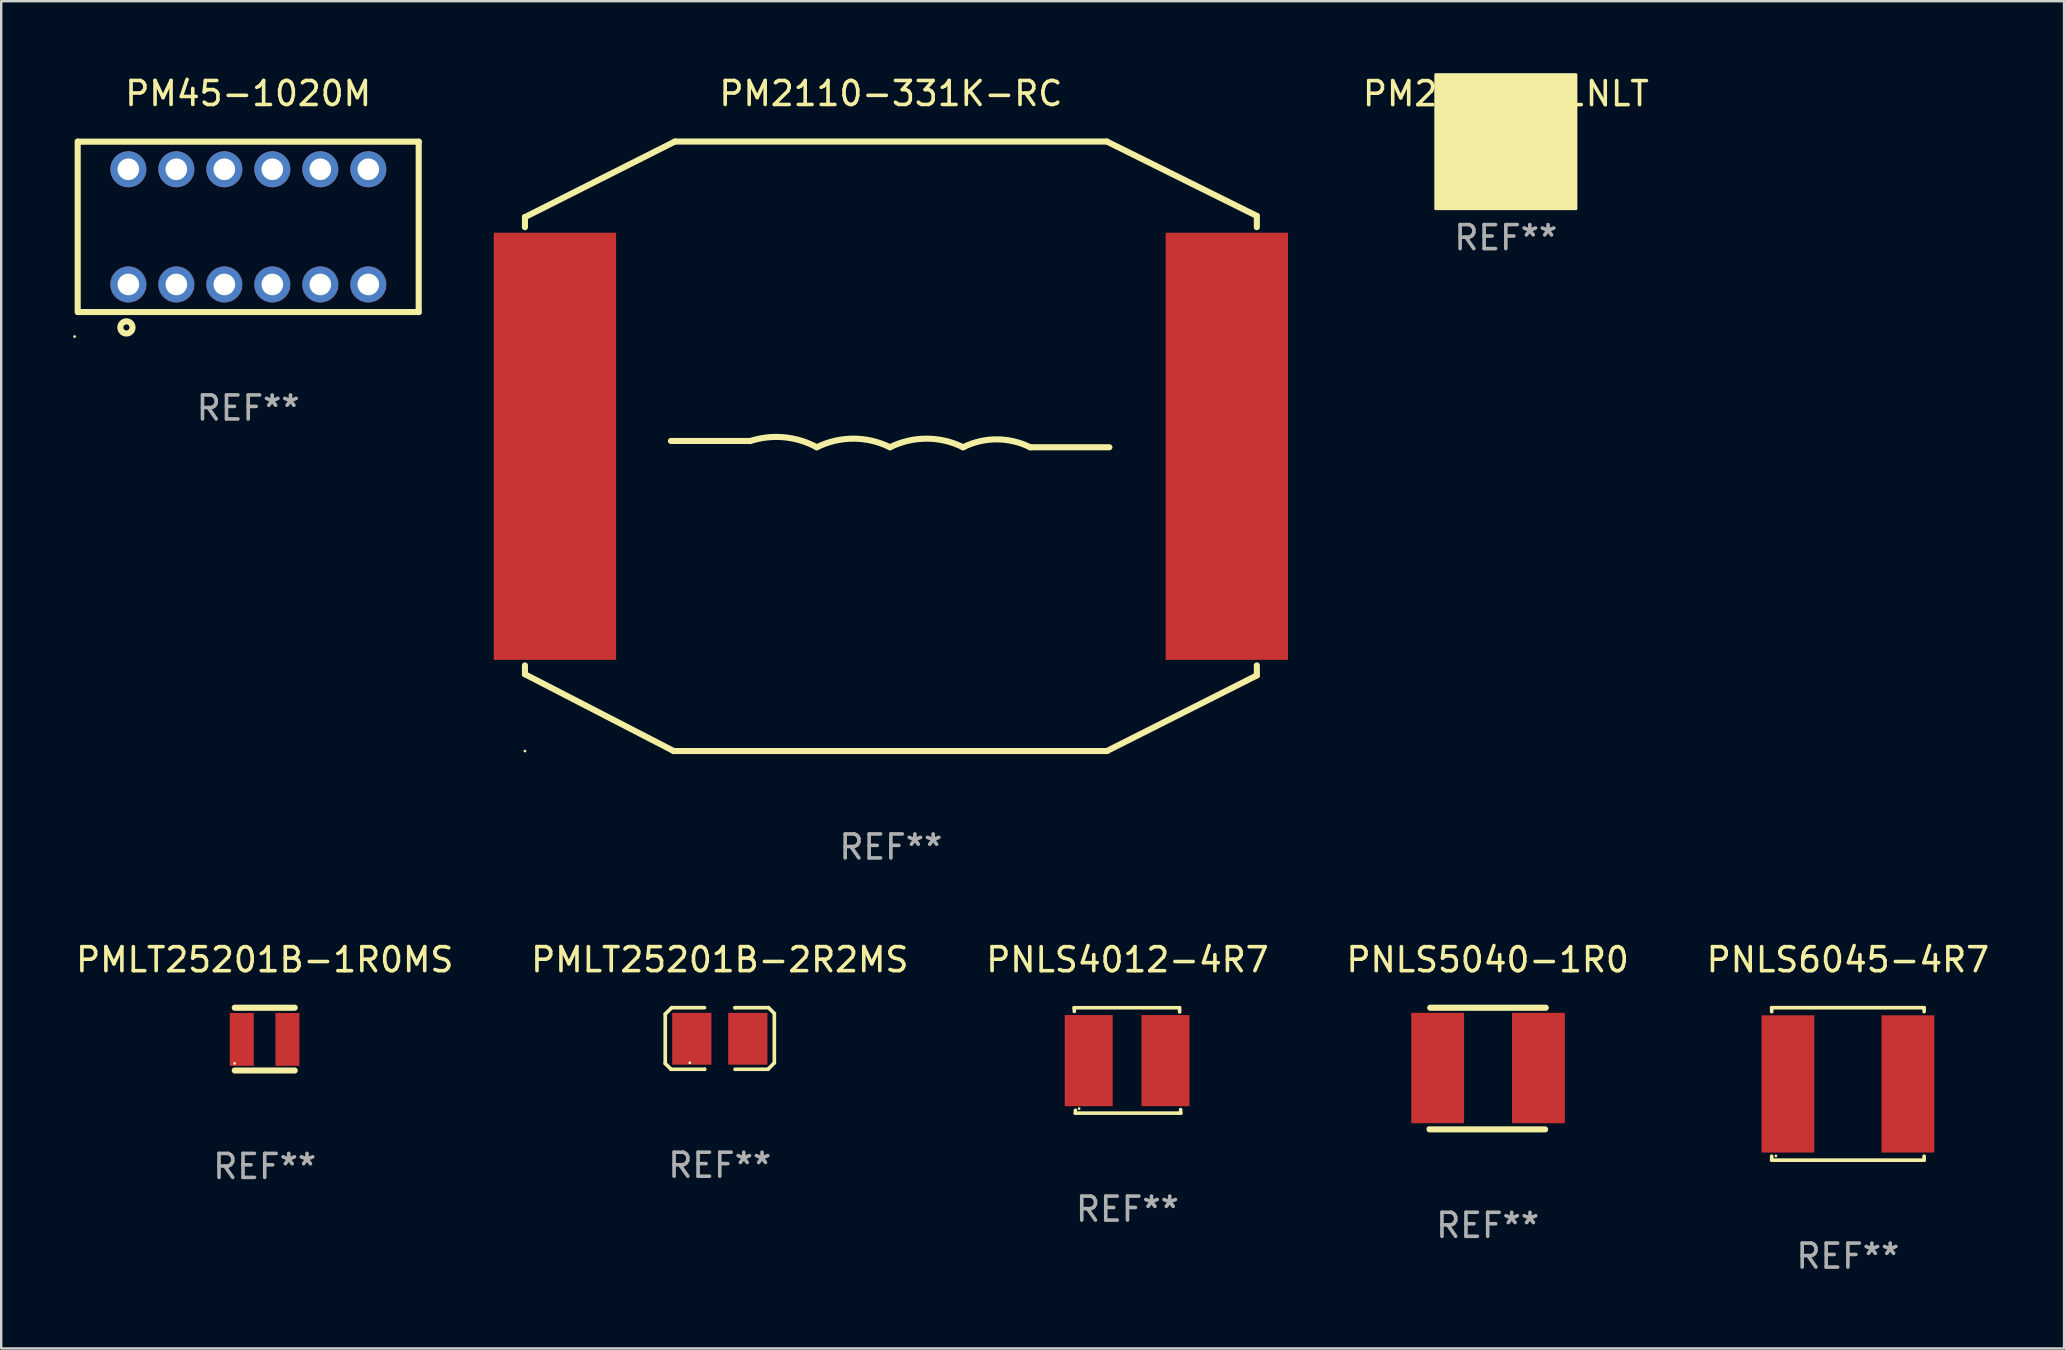
<source format=kicad_pcb>
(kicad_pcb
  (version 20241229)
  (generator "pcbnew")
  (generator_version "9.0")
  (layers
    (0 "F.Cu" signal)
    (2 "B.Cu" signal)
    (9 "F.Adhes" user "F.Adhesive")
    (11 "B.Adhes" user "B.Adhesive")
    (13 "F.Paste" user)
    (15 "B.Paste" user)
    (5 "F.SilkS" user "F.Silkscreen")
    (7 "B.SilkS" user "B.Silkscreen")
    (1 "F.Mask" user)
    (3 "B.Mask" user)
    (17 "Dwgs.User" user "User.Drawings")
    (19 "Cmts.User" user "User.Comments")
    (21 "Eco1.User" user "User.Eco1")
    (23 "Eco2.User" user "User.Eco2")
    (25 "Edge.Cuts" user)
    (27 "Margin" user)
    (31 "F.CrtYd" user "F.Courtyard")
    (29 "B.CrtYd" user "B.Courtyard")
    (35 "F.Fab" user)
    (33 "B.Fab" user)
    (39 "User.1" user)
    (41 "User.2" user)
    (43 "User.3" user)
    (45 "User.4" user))
  (footprint "PMLT25201B-2R2MS"
    (layer "F.Cu")
    (at 26.946 40.227)
    (property "Reference" "PMLT25201B-2R2MS" (at 0 -3.283 0) (layer "F.SilkS") (effects (font (size 1 1) (thickness 0.15))))
    (attr through_hole)
    (fp_line (start -2.273 -1.016) (end -2.007 -1.283) (stroke (width 0.152) (type solid)) (layer "F.SilkS"))
    (fp_line (start -2.273 1.041) (end -2.273 -1.016) (stroke (width 0.152) (type solid)) (layer "F.SilkS"))
    (fp_line (start -2.032 1.283) (end -2.273 1.041) (stroke (width 0.152) (type solid)) (layer "F.SilkS"))
    (fp_line (start -2.007 -1.283) (end -0.635 -1.283) (stroke (width 0.152) (type solid)) (layer "F.SilkS"))
    (fp_line (start -0.635 1.283) (end -2.032 1.283) (stroke (width 0.152) (type solid)) (layer "F.SilkS"))
    (fp_line (start -0.635 1.283) (end -0.635 1.283) (stroke (width 0.152) (type solid)) (layer "F.SilkS"))
    (fp_line (start 0.635 -1.283) (end 0.635 -1.283) (stroke (width 0.152) (type solid)) (layer "F.SilkS"))
    (fp_line (start 0.635 -1.283) (end 2.032 -1.283) (stroke (width 0.152) (type solid)) (layer "F.SilkS"))
    (fp_line (start 2.007 1.283) (end 0.635 1.283) (stroke (width 0.152) (type solid)) (layer "F.SilkS"))
    (fp_line (start 2.032 -1.283) (end 2.273 -1.041) (stroke (width 0.152) (type solid)) (layer "F.SilkS"))
    (fp_line (start 2.273 -1.041) (end 2.273 1.016) (stroke (width 0.152) (type solid)) (layer "F.SilkS"))
    (fp_line (start 2.273 1.016) (end 2.007 1.283) (stroke (width 0.152) (type solid)) (layer "F.SilkS"))
    (fp_circle (center -1.25 1.013) (end -1.22 1.013) (stroke (width 0.06) (type solid)) (fill no) (layer "F.SilkS"))
    (fp_text user "REF**" (at 0 5.283 0) (layer "F.Fab") (effects (font (size 1 1) (thickness 0.15))))
    (pad "1" smd rect (at -1.167 0.013) (size 1.635 2.16) (layers "F.Cu" "F.Mask" "F.Paste"))
    (pad "2" smd rect (at 1.168 0.013) (size 1.635 2.16) (layers "F.Cu" "F.Mask" "F.Paste")))
  (footprint "PNLS6045-4R7"
    (layer "F.Cu")
    (at 73.958 42.121)
    (property "Reference" "PNLS6045-4R7" (at 0 -5.176 0) (layer "F.SilkS") (effects (font (size 1 1) (thickness 0.15))))
    (attr through_hole)
    (fp_line (start -3.176 -3.176) (end 3.176 -3.176) (stroke (width 0.152) (type solid)) (layer "F.SilkS"))
    (fp_line (start -3.176 -3.012) (end -3.176 -3.176) (stroke (width 0.152) (type solid)) (layer "F.SilkS"))
    (fp_line (start -3.176 3.012) (end -3.176 3.176) (stroke (width 0.152) (type solid)) (layer "F.SilkS"))
    (fp_line (start -3.176 3.176) (end 3.176 3.176) (stroke (width 0.152) (type solid)) (layer "F.SilkS"))
    (fp_line (start 3.176 -3.176) (end 3.176 -3.012) (stroke (width 0.152) (type solid)) (layer "F.SilkS"))
    (fp_line (start 3.176 3.176) (end 3.176 3.012) (stroke (width 0.152) (type solid)) (layer "F.SilkS"))
    (fp_circle (center -3 3) (end -2.97 3) (stroke (width 0.06) (type solid)) (fill no) (layer "F.SilkS"))
    (fp_text user "REF**" (at 0 7.176 0) (layer "F.Fab") (effects (font (size 1 1) (thickness 0.15))))
    (pad "1" smd rect (at -2.5 0) (size 2.2 5.72) (layers "F.Cu" "F.Mask" "F.Paste"))
    (pad "2" smd rect (at 2.5 0) (size 2.2 5.72) (layers "F.Cu" "F.Mask" "F.Paste")))
  (footprint "PNLS4012-4R7"
    (layer "F.Cu")
    (at 43.935 41.142)
    (property "Reference" "PNLS4012-4R7" (at 0 -4.197 0) (layer "F.SilkS") (effects (font (size 1 1) (thickness 0.15))))
    (attr through_hole)
    (fp_line (start -2.22 -2.197) (end -2.215 -2.042) (stroke (width 0.15) (type solid)) (layer "F.SilkS"))
    (fp_line (start -2.2 -2.197) (end -2.22 -2.197) (stroke (width 0.15) (type solid)) (layer "F.SilkS"))
    (fp_line (start -2.2 -2.197) (end 2.17 -2.197) (stroke (width 0.15) (type solid)) (layer "F.SilkS"))
    (fp_line (start -2.17 2.197) (end -2.17 2.077) (stroke (width 0.15) (type solid)) (layer "F.SilkS"))
    (fp_line (start 2.17 -2.197) (end 2.175 -2.022) (stroke (width 0.15) (type solid)) (layer "F.SilkS"))
    (fp_line (start 2.2 2.197) (end -2.17 2.197) (stroke (width 0.15) (type solid)) (layer "F.SilkS"))
    (fp_line (start 2.2 2.197) (end 2.22 2.197) (stroke (width 0.15) (type solid)) (layer "F.SilkS"))
    (fp_line (start 2.22 2.197) (end 2.215 2.048) (stroke (width 0.15) (type solid)) (layer "F.SilkS"))
    (fp_circle (center -2.015 2.008) (end -1.985 2.008) (stroke (width 0.06) (type solid)) (fill no) (layer "F.SilkS"))
    (fp_text user "REF**" (at 0 6.197 0) (layer "F.Fab") (effects (font (size 1 1) (thickness 0.15))))
    (pad "1" smd rect (at -1.615 0.008) (size 2 3.8) (layers "F.Cu" "F.Mask" "F.Paste"))
    (pad "2" smd rect (at 1.585 0.008) (size 2 3.8) (layers "F.Cu" "F.Mask" "F.Paste")))
  (footprint "PM2110-331K-RC"
    (layer "F.Cu")
    (at 34.076 15.548)
    (property "Reference" "PM2110-331K-RC" (at 0 -14.7 0) (layer "F.SilkS") (effects (font (size 1 1) (thickness 0.15))))
    (attr through_hole)
    (fp_line (start -15.25 -9.55) (end -9 -12.7) (stroke (width 0.254) (type solid)) (layer "F.SilkS"))
    (fp_line (start -15.25 -9.131) (end -15.25 -9.55) (stroke (width 0.254) (type solid)) (layer "F.SilkS"))
    (fp_line (start -15.25 9.5) (end -15.25 9.131) (stroke (width 0.254) (type solid)) (layer "F.SilkS"))
    (fp_line (start -9.166 -0.221) (end -5.864 -0.221) (stroke (width 0.254) (type solid)) (layer "F.SilkS"))
    (fp_line (start -9.05 12.7) (end -15.25 9.5) (stroke (width 0.254) (type solid)) (layer "F.SilkS"))
    (fp_line (start -9 -12.7) (end 9 -12.7) (stroke (width 0.254) (type solid)) (layer "F.SilkS"))
    (fp_line (start 5.804 0.041) (end 9.106 0.041) (stroke (width 0.254) (type solid)) (layer "F.SilkS"))
    (fp_line (start 9 -12.7) (end 15.25 -9.6) (stroke (width 0.254) (type solid)) (layer "F.SilkS"))
    (fp_line (start 9 12.7) (end -9.05 12.7) (stroke (width 0.254) (type solid)) (layer "F.SilkS"))
    (fp_line (start 15.25 -9.6) (end 15.25 -9.131) (stroke (width 0.254) (type solid)) (layer "F.SilkS"))
    (fp_line (start 15.25 9.131) (end 15.25 9.55) (stroke (width 0.254) (type solid)) (layer "F.SilkS"))
    (fp_line (start 15.25 9.55) (end 9 12.7) (stroke (width 0.254) (type solid)) (layer "F.SilkS"))
    (fp_arc (start -5.880251 -0.212852) (mid -4.456939 -0.375256) (end -3.086246 0.041148) (stroke (width 0.254001) (type solid)) (layer "F.SilkS"))
    (fp_arc (start -3.086246 0.041148) (mid -1.562243 -0.318058) (end -0.03824 0.041148) (stroke (width 0.254001) (type solid)) (layer "F.SilkS"))
    (fp_arc (start -0.03824 0.041148) (mid 1.485763 -0.318005) (end 3.009766 0.041148) (stroke (width 0.254001) (type solid)) (layer "F.SilkS"))
    (fp_arc (start 3.009766 0.041148) (mid 4.406769 -0.28864) (end 5.803772 0.041148) (stroke (width 0.254001) (type solid)) (layer "F.SilkS"))
    (fp_circle (center -15.25 12.7) (end -15.22 12.7) (stroke (width 0.06) (type solid)) (fill no) (layer "F.SilkS"))
    (fp_text user "REF**" (at 0 16.7 0) (layer "F.Fab") (effects (font (size 1 1) (thickness 0.15))))
    (pad "1" smd rect (at -14 0) (size 5.1 17.8) (layers "F.Cu" "F.Mask" "F.Paste"))
    (pad "2" smd rect (at 14 0) (size 5.1 17.8) (layers "F.Cu" "F.Mask" "F.Paste")))
  (footprint "PNLS5040-1R0"
    (layer "F.Cu")
    (at 58.946 41.48)
    (property "Reference" "PNLS5040-1R0" (at 0 -4.535 0) (layer "F.SilkS") (effects (font (size 1 1) (thickness 0.15))))
    (attr through_hole)
    (fp_line (start -2.422 2.535) (end 2.395 2.535) (stroke (width 0.254) (type solid)) (layer "F.SilkS"))
    (fp_line (start -2.395 -2.535) (end 2.422 -2.535) (stroke (width 0.254) (type solid)) (layer "F.SilkS"))
    (fp_circle (center -2.484 2.477) (end -2.454 2.477) (stroke (width 0.06) (type solid)) (fill no) (layer "F.SilkS"))
    (fp_text user "REF**" (at 0 6.535 0) (layer "F.Fab") (effects (font (size 1 1) (thickness 0.15))))
    (pad "1" smd rect (at -2.084 -0.022) (size 2.2 4.6) (layers "F.Cu" "F.Mask" "F.Paste"))
    (pad "2" smd rect (at 2.116 -0.022) (size 2.2 4.6) (layers "F.Cu" "F.Mask" "F.Paste")))
  (footprint "PM2203.161NLT"
    (layer "F.Cu")
    (at 59.703 2.854)
    (property "Reference" "PM2203.161NLT" (at 0 -2 0) (layer "F.SilkS") (effects (font (size 1 1) (thickness 0.15))))
    (attr through_hole)
    (fp_circle (center -2.85 2.75) (end -2.82 2.75) (stroke (width 0.06) (type solid)) (fill no) (layer "F.SilkS"))
    (fp_poly (pts (xy -2.921 -2.794) (xy 2.921 -2.794) (xy 2.921 2.794) (xy -2.921 2.794)) (stroke (width 0.12) (type solid)) (fill yes) (layer "F.SilkS"))
    (fp_text user "REF**" (at 0 4 0) (layer "F.Fab") (effects (font (size 1 1) (thickness 0.15))))
    (pad "1" smd rect (at -1.625 0) (size 1.5 4.7) (layers "F.Cu" "F.Mask" "F.Paste"))
    (pad "2" smd rect (at 1.625 0) (size 1.5 4.7) (layers "F.Cu" "F.Mask" "F.Paste")))
  (footprint "PMLT25201B-1R0MS"
    (layer "F.Cu")
    (at 7.982 40.253)
    (property "Reference" "PMLT25201B-1R0MS" (at 0 -3.308 0) (layer "F.SilkS") (effects (font (size 1 1) (thickness 0.15))))
    (attr through_hole)
    (fp_line (start -1.25 -1.308) (end 1.25 -1.308) (stroke (width 0.254) (type solid)) (layer "F.SilkS"))
    (fp_line (start -1.25 1.308) (end 1.25 1.308) (stroke (width 0.254) (type solid)) (layer "F.SilkS"))
    (fp_circle (center -1.255 1.013) (end -1.225 1.013) (stroke (width 0.06) (type solid)) (fill no) (layer "F.SilkS"))
    (fp_text user "REF**" (at 0 5.308 0) (layer "F.Fab") (effects (font (size 1 1) (thickness 0.15))))
    (pad "1" smd rect (at -0.956 0.013) (size 1 2.2) (layers "F.Cu" "F.Mask" "F.Paste"))
    (pad "2" smd rect (at 0.945 0.013) (size 1 2.2) (layers "F.Cu" "F.Mask" "F.Paste")))
  (footprint "PM45-1020M"
    (layer "F.Cu")
    (at 7.293 6.401)
    (property "Reference" "PM45-1020M" (at 0 -5.553 0) (layer "F.SilkS") (effects (font (size 1 1) (thickness 0.15))))
    (attr through_hole)
    (fp_line (start -7.106 -3.553) (end -7.106 3.553) (stroke (width 0.254) (type solid)) (layer "F.SilkS"))
    (fp_line (start -7.094 -3.547) (end 7.106 -3.547) (stroke (width 0.254) (type solid)) (layer "F.SilkS"))
    (fp_line (start -7.094 3.553) (end 7.106 3.553) (stroke (width 0.254) (type solid)) (layer "F.SilkS"))
    (fp_line (start 7.106 -3.547) (end 7.106 3.553) (stroke (width 0.254) (type solid)) (layer "F.SilkS"))
    (fp_circle (center -7.233 4.575) (end -7.203 4.575) (stroke (width 0.06) (type solid)) (fill no) (layer "F.SilkS"))
    (fp_circle (center -5.074 4.194) (end -4.82 4.194) (stroke (width 0.254) (type solid)) (fill no) (layer "F.SilkS"))
    (fp_text user "REF**" (at 0 7.553 0) (layer "F.Fab") (effects (font (size 1 1) (thickness 0.15))))
    (pad "1" thru_hole circle (at -4.994 2.403) (size 1.5 1.5) (drill 0.9) (layers "*.Cu" "*.Mask"))
    (pad "2" thru_hole circle (at -2.994 2.403) (size 1.5 1.5) (drill 0.9) (layers "*.Cu" "*.Mask"))
    (pad "3" thru_hole circle (at -0.994 2.403) (size 1.5 1.5) (drill 0.9) (layers "*.Cu" "*.Mask"))
    (pad "4" thru_hole circle (at 1.006 2.403) (size 1.5 1.5) (drill 0.9) (layers "*.Cu" "*.Mask"))
    (pad "5" thru_hole circle (at 3.006 2.403) (size 1.5 1.5) (drill 0.9) (layers "*.Cu" "*.Mask"))
    (pad "6" thru_hole circle (at 5.006 2.403) (size 1.5 1.5) (drill 0.9) (layers "*.Cu" "*.Mask"))
    (pad "7" thru_hole circle (at 5.006 -2.397) (size 1.5 1.5) (drill 0.9) (layers "*.Cu" "*.Mask"))
    (pad "8" thru_hole circle (at 3.006 -2.397) (size 1.5 1.5) (drill 0.9) (layers "*.Cu" "*.Mask"))
    (pad "9" thru_hole circle (at 1.006 -2.397) (size 1.5 1.5) (drill 0.9) (layers "*.Cu" "*.Mask"))
    (pad "10" thru_hole circle (at -0.994 -2.397) (size 1.5 1.5) (drill 0.9) (layers "*.Cu" "*.Mask"))
    (pad "11" thru_hole circle (at -2.994 -2.397) (size 1.5 1.5) (drill 0.9) (layers "*.Cu" "*.Mask"))
    (pad "12" thru_hole circle (at -4.994 -2.397) (size 1.5 1.5) (drill 0.9) (layers "*.Cu" "*.Mask")))
  (gr_rect
    (start -3 -3)
    (end 82.964 53.145)
    (stroke (width 0.1) (type default))
    (fill no)
    (layer "Edge.Cuts")))
</source>
